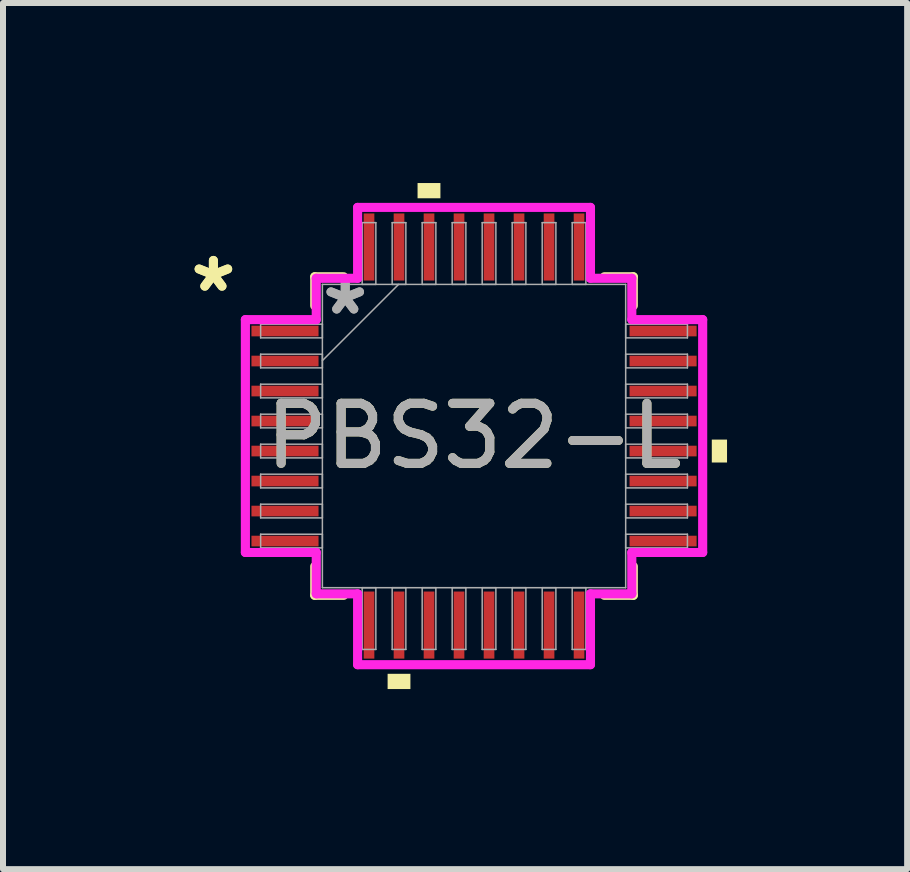
<source format=kicad_pcb>
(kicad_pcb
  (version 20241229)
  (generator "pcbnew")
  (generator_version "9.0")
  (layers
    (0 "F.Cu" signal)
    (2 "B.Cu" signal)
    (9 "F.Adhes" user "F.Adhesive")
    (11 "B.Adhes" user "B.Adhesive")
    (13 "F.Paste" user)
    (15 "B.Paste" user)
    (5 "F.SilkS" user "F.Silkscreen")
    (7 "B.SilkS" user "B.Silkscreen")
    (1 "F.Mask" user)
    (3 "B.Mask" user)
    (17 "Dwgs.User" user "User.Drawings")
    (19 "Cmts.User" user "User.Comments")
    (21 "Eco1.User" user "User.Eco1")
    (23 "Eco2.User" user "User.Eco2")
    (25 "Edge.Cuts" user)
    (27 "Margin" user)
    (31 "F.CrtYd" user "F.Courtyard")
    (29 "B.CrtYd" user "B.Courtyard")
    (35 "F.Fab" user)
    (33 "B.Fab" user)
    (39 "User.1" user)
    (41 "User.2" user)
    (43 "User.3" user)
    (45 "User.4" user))
  (footprint "PBS32-L"
    (layer "F.Cu")
    (at 4.849 4.216)
    (property "Reference" "PBS32-L" (at 0 0 0) (unlocked yes) (layer "F.SilkS") (effects (font (size 1 1) (thickness 0.15))))
    (attr smd)
    (fp_line (start -2.654 -2.654) (end -2.654 -2.172) (stroke (width 0.152) (type solid)) (layer "F.SilkS"))
    (fp_line (start -2.654 2.172) (end -2.654 2.654) (stroke (width 0.152) (type solid)) (layer "F.SilkS"))
    (fp_line (start -2.654 2.654) (end -2.172 2.654) (stroke (width 0.152) (type solid)) (layer "F.SilkS"))
    (fp_line (start -2.172 -2.654) (end -2.654 -2.654) (stroke (width 0.152) (type solid)) (layer "F.SilkS"))
    (fp_line (start 2.172 2.654) (end 2.654 2.654) (stroke (width 0.152) (type solid)) (layer "F.SilkS"))
    (fp_line (start 2.654 -2.654) (end 2.172 -2.654) (stroke (width 0.152) (type solid)) (layer "F.SilkS"))
    (fp_line (start 2.654 -2.172) (end 2.654 -2.654) (stroke (width 0.152) (type solid)) (layer "F.SilkS"))
    (fp_line (start 2.654 2.654) (end 2.654 2.172) (stroke (width 0.152) (type solid)) (layer "F.SilkS"))
    (fp_poly (pts (xy -1.44 3.962) (xy -1.44 4.216) (xy -1.06 4.216) (xy -1.06 3.962)) (stroke (width 0) (type solid)) (fill yes) (layer "F.SilkS"))
    (fp_poly (pts (xy -0.941 -3.962) (xy -0.941 -4.216) (xy -0.56 -4.216) (xy -0.56 -3.962)) (stroke (width 0) (type solid)) (fill yes) (layer "F.SilkS"))
    (fp_poly (pts (xy 4.216 0.059) (xy 4.216 0.441) (xy 3.962 0.441) (xy 3.962 0.059)) (stroke (width 0) (type solid)) (fill yes) (layer "F.SilkS"))
    (fp_line (start -3.81 -1.94) (end -2.629 -1.94) (stroke (width 0.152) (type solid)) (layer "F.CrtYd"))
    (fp_line (start -3.81 1.94) (end -3.81 -1.94) (stroke (width 0.152) (type solid)) (layer "F.CrtYd"))
    (fp_line (start -2.629 -2.629) (end -1.94 -2.629) (stroke (width 0.152) (type solid)) (layer "F.CrtYd"))
    (fp_line (start -2.629 -1.94) (end -2.629 -2.629) (stroke (width 0.152) (type solid)) (layer "F.CrtYd"))
    (fp_line (start -2.629 1.94) (end -3.81 1.94) (stroke (width 0.152) (type solid)) (layer "F.CrtYd"))
    (fp_line (start -2.629 2.629) (end -2.629 1.94) (stroke (width 0.152) (type solid)) (layer "F.CrtYd"))
    (fp_line (start -2.629 2.629) (end -1.94 2.629) (stroke (width 0.152) (type solid)) (layer "F.CrtYd"))
    (fp_line (start -1.94 -3.81) (end 1.94 -3.81) (stroke (width 0.152) (type solid)) (layer "F.CrtYd"))
    (fp_line (start -1.94 -2.629) (end -1.94 -3.81) (stroke (width 0.152) (type solid)) (layer "F.CrtYd"))
    (fp_line (start -1.94 2.629) (end -1.94 3.81) (stroke (width 0.152) (type solid)) (layer "F.CrtYd"))
    (fp_line (start -1.94 3.81) (end 1.94 3.81) (stroke (width 0.152) (type solid)) (layer "F.CrtYd"))
    (fp_line (start 1.94 -3.81) (end 1.94 -2.629) (stroke (width 0.152) (type solid)) (layer "F.CrtYd"))
    (fp_line (start 1.94 -2.629) (end 2.629 -2.629) (stroke (width 0.152) (type solid)) (layer "F.CrtYd"))
    (fp_line (start 1.94 2.629) (end 2.629 2.629) (stroke (width 0.152) (type solid)) (layer "F.CrtYd"))
    (fp_line (start 1.94 3.81) (end 1.94 2.629) (stroke (width 0.152) (type solid)) (layer "F.CrtYd"))
    (fp_line (start 2.629 -1.94) (end 2.629 -2.629) (stroke (width 0.152) (type solid)) (layer "F.CrtYd"))
    (fp_line (start 2.629 1.94) (end 3.81 1.94) (stroke (width 0.152) (type solid)) (layer "F.CrtYd"))
    (fp_line (start 2.629 2.629) (end 2.629 1.94) (stroke (width 0.152) (type solid)) (layer "F.CrtYd"))
    (fp_line (start 3.81 -1.94) (end 2.629 -1.94) (stroke (width 0.152) (type solid)) (layer "F.CrtYd"))
    (fp_line (start 3.81 1.94) (end 3.81 -1.94) (stroke (width 0.152) (type solid)) (layer "F.CrtYd"))
    (fp_line (start -3.556 -1.864) (end -3.556 -1.636) (stroke (width 0.025) (type solid)) (layer "F.Fab"))
    (fp_line (start -3.556 -1.636) (end -2.527 -1.636) (stroke (width 0.025) (type solid)) (layer "F.Fab"))
    (fp_line (start -3.556 -1.364) (end -3.556 -1.136) (stroke (width 0.025) (type solid)) (layer "F.Fab"))
    (fp_line (start -3.556 -1.136) (end -2.527 -1.136) (stroke (width 0.025) (type solid)) (layer "F.Fab"))
    (fp_line (start -3.556 -0.864) (end -3.556 -0.636) (stroke (width 0.025) (type solid)) (layer "F.Fab"))
    (fp_line (start -3.556 -0.636) (end -2.527 -0.636) (stroke (width 0.025) (type solid)) (layer "F.Fab"))
    (fp_line (start -3.556 -0.364) (end -3.556 -0.136) (stroke (width 0.025) (type solid)) (layer "F.Fab"))
    (fp_line (start -3.556 -0.136) (end -2.527 -0.136) (stroke (width 0.025) (type solid)) (layer "F.Fab"))
    (fp_line (start -3.556 0.136) (end -3.556 0.364) (stroke (width 0.025) (type solid)) (layer "F.Fab"))
    (fp_line (start -3.556 0.364) (end -2.527 0.364) (stroke (width 0.025) (type solid)) (layer "F.Fab"))
    (fp_line (start -3.556 0.636) (end -3.556 0.864) (stroke (width 0.025) (type solid)) (layer "F.Fab"))
    (fp_line (start -3.556 0.864) (end -2.527 0.864) (stroke (width 0.025) (type solid)) (layer "F.Fab"))
    (fp_line (start -3.556 1.136) (end -3.556 1.364) (stroke (width 0.025) (type solid)) (layer "F.Fab"))
    (fp_line (start -3.556 1.364) (end -2.527 1.364) (stroke (width 0.025) (type solid)) (layer "F.Fab"))
    (fp_line (start -3.556 1.636) (end -3.556 1.864) (stroke (width 0.025) (type solid)) (layer "F.Fab"))
    (fp_line (start -3.556 1.864) (end -2.527 1.864) (stroke (width 0.025) (type solid)) (layer "F.Fab"))
    (fp_line (start -2.527 -2.527) (end -2.527 2.527) (stroke (width 0.025) (type solid)) (layer "F.Fab"))
    (fp_line (start -2.527 -1.864) (end -3.556 -1.864) (stroke (width 0.025) (type solid)) (layer "F.Fab"))
    (fp_line (start -2.527 -1.636) (end -2.527 -1.864) (stroke (width 0.025) (type solid)) (layer "F.Fab"))
    (fp_line (start -2.527 -1.364) (end -3.556 -1.364) (stroke (width 0.025) (type solid)) (layer "F.Fab"))
    (fp_line (start -2.527 -1.257) (end -1.257 -2.527) (stroke (width 0.025) (type solid)) (layer "F.Fab"))
    (fp_line (start -2.527 -1.136) (end -2.527 -1.364) (stroke (width 0.025) (type solid)) (layer "F.Fab"))
    (fp_line (start -2.527 -0.864) (end -3.556 -0.864) (stroke (width 0.025) (type solid)) (layer "F.Fab"))
    (fp_line (start -2.527 -0.636) (end -2.527 -0.864) (stroke (width 0.025) (type solid)) (layer "F.Fab"))
    (fp_line (start -2.527 -0.364) (end -3.556 -0.364) (stroke (width 0.025) (type solid)) (layer "F.Fab"))
    (fp_line (start -2.527 -0.136) (end -2.527 -0.364) (stroke (width 0.025) (type solid)) (layer "F.Fab"))
    (fp_line (start -2.527 0.136) (end -3.556 0.136) (stroke (width 0.025) (type solid)) (layer "F.Fab"))
    (fp_line (start -2.527 0.364) (end -2.527 0.136) (stroke (width 0.025) (type solid)) (layer "F.Fab"))
    (fp_line (start -2.527 0.636) (end -3.556 0.636) (stroke (width 0.025) (type solid)) (layer "F.Fab"))
    (fp_line (start -2.527 0.864) (end -2.527 0.636) (stroke (width 0.025) (type solid)) (layer "F.Fab"))
    (fp_line (start -2.527 1.136) (end -3.556 1.136) (stroke (width 0.025) (type solid)) (layer "F.Fab"))
    (fp_line (start -2.527 1.364) (end -2.527 1.136) (stroke (width 0.025) (type solid)) (layer "F.Fab"))
    (fp_line (start -2.527 1.636) (end -3.556 1.636) (stroke (width 0.025) (type solid)) (layer "F.Fab"))
    (fp_line (start -2.527 1.864) (end -2.527 1.636) (stroke (width 0.025) (type solid)) (layer "F.Fab"))
    (fp_line (start -2.527 2.527) (end 2.527 2.527) (stroke (width 0.025) (type solid)) (layer "F.Fab"))
    (fp_line (start -1.864 -3.556) (end -1.864 -2.527) (stroke (width 0.025) (type solid)) (layer "F.Fab"))
    (fp_line (start -1.864 -2.527) (end -1.636 -2.527) (stroke (width 0.025) (type solid)) (layer "F.Fab"))
    (fp_line (start -1.864 2.527) (end -1.864 3.556) (stroke (width 0.025) (type solid)) (layer "F.Fab"))
    (fp_line (start -1.864 3.556) (end -1.636 3.556) (stroke (width 0.025) (type solid)) (layer "F.Fab"))
    (fp_line (start -1.636 -3.556) (end -1.864 -3.556) (stroke (width 0.025) (type solid)) (layer "F.Fab"))
    (fp_line (start -1.636 -2.527) (end -1.636 -3.556) (stroke (width 0.025) (type solid)) (layer "F.Fab"))
    (fp_line (start -1.636 2.527) (end -1.864 2.527) (stroke (width 0.025) (type solid)) (layer "F.Fab"))
    (fp_line (start -1.636 3.556) (end -1.636 2.527) (stroke (width 0.025) (type solid)) (layer "F.Fab"))
    (fp_line (start -1.364 -3.556) (end -1.364 -2.527) (stroke (width 0.025) (type solid)) (layer "F.Fab"))
    (fp_line (start -1.364 -2.527) (end -1.136 -2.527) (stroke (width 0.025) (type solid)) (layer "F.Fab"))
    (fp_line (start -1.364 2.527) (end -1.364 3.556) (stroke (width 0.025) (type solid)) (layer "F.Fab"))
    (fp_line (start -1.364 3.556) (end -1.136 3.556) (stroke (width 0.025) (type solid)) (layer "F.Fab"))
    (fp_line (start -1.136 -3.556) (end -1.364 -3.556) (stroke (width 0.025) (type solid)) (layer "F.Fab"))
    (fp_line (start -1.136 -2.527) (end -1.136 -3.556) (stroke (width 0.025) (type solid)) (layer "F.Fab"))
    (fp_line (start -1.136 2.527) (end -1.364 2.527) (stroke (width 0.025) (type solid)) (layer "F.Fab"))
    (fp_line (start -1.136 3.556) (end -1.136 2.527) (stroke (width 0.025) (type solid)) (layer "F.Fab"))
    (fp_line (start -0.864 -3.556) (end -0.864 -2.527) (stroke (width 0.025) (type solid)) (layer "F.Fab"))
    (fp_line (start -0.864 -2.527) (end -0.636 -2.527) (stroke (width 0.025) (type solid)) (layer "F.Fab"))
    (fp_line (start -0.864 2.527) (end -0.864 3.556) (stroke (width 0.025) (type solid)) (layer "F.Fab"))
    (fp_line (start -0.864 3.556) (end -0.636 3.556) (stroke (width 0.025) (type solid)) (layer "F.Fab"))
    (fp_line (start -0.636 -3.556) (end -0.864 -3.556) (stroke (width 0.025) (type solid)) (layer "F.Fab"))
    (fp_line (start -0.636 -2.527) (end -0.636 -3.556) (stroke (width 0.025) (type solid)) (layer "F.Fab"))
    (fp_line (start -0.636 2.527) (end -0.864 2.527) (stroke (width 0.025) (type solid)) (layer "F.Fab"))
    (fp_line (start -0.636 3.556) (end -0.636 2.527) (stroke (width 0.025) (type solid)) (layer "F.Fab"))
    (fp_line (start -0.364 -3.556) (end -0.364 -2.527) (stroke (width 0.025) (type solid)) (layer "F.Fab"))
    (fp_line (start -0.364 -2.527) (end -0.136 -2.527) (stroke (width 0.025) (type solid)) (layer "F.Fab"))
    (fp_line (start -0.364 2.527) (end -0.364 3.556) (stroke (width 0.025) (type solid)) (layer "F.Fab"))
    (fp_line (start -0.364 3.556) (end -0.136 3.556) (stroke (width 0.025) (type solid)) (layer "F.Fab"))
    (fp_line (start -0.136 -3.556) (end -0.364 -3.556) (stroke (width 0.025) (type solid)) (layer "F.Fab"))
    (fp_line (start -0.136 -2.527) (end -0.136 -3.556) (stroke (width 0.025) (type solid)) (layer "F.Fab"))
    (fp_line (start -0.136 2.527) (end -0.364 2.527) (stroke (width 0.025) (type solid)) (layer "F.Fab"))
    (fp_line (start -0.136 3.556) (end -0.136 2.527) (stroke (width 0.025) (type solid)) (layer "F.Fab"))
    (fp_line (start 0.136 -3.556) (end 0.136 -2.527) (stroke (width 0.025) (type solid)) (layer "F.Fab"))
    (fp_line (start 0.136 -2.527) (end 0.364 -2.527) (stroke (width 0.025) (type solid)) (layer "F.Fab"))
    (fp_line (start 0.136 2.527) (end 0.136 3.556) (stroke (width 0.025) (type solid)) (layer "F.Fab"))
    (fp_line (start 0.136 3.556) (end 0.364 3.556) (stroke (width 0.025) (type solid)) (layer "F.Fab"))
    (fp_line (start 0.364 -3.556) (end 0.136 -3.556) (stroke (width 0.025) (type solid)) (layer "F.Fab"))
    (fp_line (start 0.364 -2.527) (end 0.364 -3.556) (stroke (width 0.025) (type solid)) (layer "F.Fab"))
    (fp_line (start 0.364 2.527) (end 0.136 2.527) (stroke (width 0.025) (type solid)) (layer "F.Fab"))
    (fp_line (start 0.364 3.556) (end 0.364 2.527) (stroke (width 0.025) (type solid)) (layer "F.Fab"))
    (fp_line (start 0.636 -3.556) (end 0.636 -2.527) (stroke (width 0.025) (type solid)) (layer "F.Fab"))
    (fp_line (start 0.636 -2.527) (end 0.864 -2.527) (stroke (width 0.025) (type solid)) (layer "F.Fab"))
    (fp_line (start 0.636 2.527) (end 0.636 3.556) (stroke (width 0.025) (type solid)) (layer "F.Fab"))
    (fp_line (start 0.636 3.556) (end 0.864 3.556) (stroke (width 0.025) (type solid)) (layer "F.Fab"))
    (fp_line (start 0.864 -3.556) (end 0.636 -3.556) (stroke (width 0.025) (type solid)) (layer "F.Fab"))
    (fp_line (start 0.864 -2.527) (end 0.864 -3.556) (stroke (width 0.025) (type solid)) (layer "F.Fab"))
    (fp_line (start 0.864 2.527) (end 0.636 2.527) (stroke (width 0.025) (type solid)) (layer "F.Fab"))
    (fp_line (start 0.864 3.556) (end 0.864 2.527) (stroke (width 0.025) (type solid)) (layer "F.Fab"))
    (fp_line (start 1.136 -3.556) (end 1.136 -2.527) (stroke (width 0.025) (type solid)) (layer "F.Fab"))
    (fp_line (start 1.136 -2.527) (end 1.364 -2.527) (stroke (width 0.025) (type solid)) (layer "F.Fab"))
    (fp_line (start 1.136 2.527) (end 1.136 3.556) (stroke (width 0.025) (type solid)) (layer "F.Fab"))
    (fp_line (start 1.136 3.556) (end 1.364 3.556) (stroke (width 0.025) (type solid)) (layer "F.Fab"))
    (fp_line (start 1.364 -3.556) (end 1.136 -3.556) (stroke (width 0.025) (type solid)) (layer "F.Fab"))
    (fp_line (start 1.364 -2.527) (end 1.364 -3.556) (stroke (width 0.025) (type solid)) (layer "F.Fab"))
    (fp_line (start 1.364 2.527) (end 1.136 2.527) (stroke (width 0.025) (type solid)) (layer "F.Fab"))
    (fp_line (start 1.364 3.556) (end 1.364 2.527) (stroke (width 0.025) (type solid)) (layer "F.Fab"))
    (fp_line (start 1.636 -3.556) (end 1.636 -2.527) (stroke (width 0.025) (type solid)) (layer "F.Fab"))
    (fp_line (start 1.636 -2.527) (end 1.864 -2.527) (stroke (width 0.025) (type solid)) (layer "F.Fab"))
    (fp_line (start 1.636 2.527) (end 1.636 3.556) (stroke (width 0.025) (type solid)) (layer "F.Fab"))
    (fp_line (start 1.636 3.556) (end 1.864 3.556) (stroke (width 0.025) (type solid)) (layer "F.Fab"))
    (fp_line (start 1.864 -3.556) (end 1.636 -3.556) (stroke (width 0.025) (type solid)) (layer "F.Fab"))
    (fp_line (start 1.864 -2.527) (end 1.864 -3.556) (stroke (width 0.025) (type solid)) (layer "F.Fab"))
    (fp_line (start 1.864 2.527) (end 1.636 2.527) (stroke (width 0.025) (type solid)) (layer "F.Fab"))
    (fp_line (start 1.864 3.556) (end 1.864 2.527) (stroke (width 0.025) (type solid)) (layer "F.Fab"))
    (fp_line (start 2.527 -2.527) (end -2.527 -2.527) (stroke (width 0.025) (type solid)) (layer "F.Fab"))
    (fp_line (start 2.527 -1.864) (end 2.527 -1.636) (stroke (width 0.025) (type solid)) (layer "F.Fab"))
    (fp_line (start 2.527 -1.636) (end 3.556 -1.636) (stroke (width 0.025) (type solid)) (layer "F.Fab"))
    (fp_line (start 2.527 -1.364) (end 2.527 -1.136) (stroke (width 0.025) (type solid)) (layer "F.Fab"))
    (fp_line (start 2.527 -1.136) (end 3.556 -1.136) (stroke (width 0.025) (type solid)) (layer "F.Fab"))
    (fp_line (start 2.527 -0.864) (end 2.527 -0.636) (stroke (width 0.025) (type solid)) (layer "F.Fab"))
    (fp_line (start 2.527 -0.636) (end 3.556 -0.636) (stroke (width 0.025) (type solid)) (layer "F.Fab"))
    (fp_line (start 2.527 -0.364) (end 2.527 -0.136) (stroke (width 0.025) (type solid)) (layer "F.Fab"))
    (fp_line (start 2.527 -0.136) (end 3.556 -0.136) (stroke (width 0.025) (type solid)) (layer "F.Fab"))
    (fp_line (start 2.527 0.136) (end 2.527 0.364) (stroke (width 0.025) (type solid)) (layer "F.Fab"))
    (fp_line (start 2.527 0.364) (end 3.556 0.364) (stroke (width 0.025) (type solid)) (layer "F.Fab"))
    (fp_line (start 2.527 0.636) (end 2.527 0.864) (stroke (width 0.025) (type solid)) (layer "F.Fab"))
    (fp_line (start 2.527 0.864) (end 3.556 0.864) (stroke (width 0.025) (type solid)) (layer "F.Fab"))
    (fp_line (start 2.527 1.136) (end 2.527 1.364) (stroke (width 0.025) (type solid)) (layer "F.Fab"))
    (fp_line (start 2.527 1.364) (end 3.556 1.364) (stroke (width 0.025) (type solid)) (layer "F.Fab"))
    (fp_line (start 2.527 1.636) (end 2.527 1.864) (stroke (width 0.025) (type solid)) (layer "F.Fab"))
    (fp_line (start 2.527 1.864) (end 3.556 1.864) (stroke (width 0.025) (type solid)) (layer "F.Fab"))
    (fp_line (start 2.527 2.527) (end 2.527 -2.527) (stroke (width 0.025) (type solid)) (layer "F.Fab"))
    (fp_line (start 3.556 -1.864) (end 2.527 -1.864) (stroke (width 0.025) (type solid)) (layer "F.Fab"))
    (fp_line (start 3.556 -1.636) (end 3.556 -1.864) (stroke (width 0.025) (type solid)) (layer "F.Fab"))
    (fp_line (start 3.556 -1.364) (end 2.527 -1.364) (stroke (width 0.025) (type solid)) (layer "F.Fab"))
    (fp_line (start 3.556 -1.136) (end 3.556 -1.364) (stroke (width 0.025) (type solid)) (layer "F.Fab"))
    (fp_line (start 3.556 -0.864) (end 2.527 -0.864) (stroke (width 0.025) (type solid)) (layer "F.Fab"))
    (fp_line (start 3.556 -0.636) (end 3.556 -0.864) (stroke (width 0.025) (type solid)) (layer "F.Fab"))
    (fp_line (start 3.556 -0.364) (end 2.527 -0.364) (stroke (width 0.025) (type solid)) (layer "F.Fab"))
    (fp_line (start 3.556 -0.136) (end 3.556 -0.364) (stroke (width 0.025) (type solid)) (layer "F.Fab"))
    (fp_line (start 3.556 0.136) (end 2.527 0.136) (stroke (width 0.025) (type solid)) (layer "F.Fab"))
    (fp_line (start 3.556 0.364) (end 3.556 0.136) (stroke (width 0.025) (type solid)) (layer "F.Fab"))
    (fp_line (start 3.556 0.636) (end 2.527 0.636) (stroke (width 0.025) (type solid)) (layer "F.Fab"))
    (fp_line (start 3.556 0.864) (end 3.556 0.636) (stroke (width 0.025) (type solid)) (layer "F.Fab"))
    (fp_line (start 3.556 1.136) (end 2.527 1.136) (stroke (width 0.025) (type solid)) (layer "F.Fab"))
    (fp_line (start 3.556 1.364) (end 3.556 1.136) (stroke (width 0.025) (type solid)) (layer "F.Fab"))
    (fp_line (start 3.556 1.636) (end 2.527 1.636) (stroke (width 0.025) (type solid)) (layer "F.Fab"))
    (fp_line (start 3.556 1.864) (end 3.556 1.636) (stroke (width 0.025) (type solid)) (layer "F.Fab"))
    (fp_text user "*" (at -4.343 -2.381 0) (unlocked yes) (layer "F.SilkS") (effects (font (size 1 1) (thickness 0.15))))
    (fp_text user "*" (at -4.343 -2.381 0) (layer "F.SilkS") (effects (font (size 1 1) (thickness 0.15))))
    (fp_text user "*" (at -2.146 -2 0) (unlocked yes) (layer "F.Fab") (effects (font (size 1 1) (thickness 0.15))))
    (fp_text user "*" (at -2.146 -2 0) (layer "F.Fab") (effects (font (size 1 1) (thickness 0.15))))
    (fp_text user "${REFERENCE}" (at 0 0 0) (unlocked yes) (layer "F.Fab") (effects (font (size 1 1) (thickness 0.15))))
    (pad "1" smd rect (at -3.15 -1.75 90) (size 0.178 1.118) (layers "F.Cu" "F.Mask" "F.Paste"))
    (pad "2" smd rect (at -3.15 -1.25 90) (size 0.178 1.118) (layers "F.Cu" "F.Mask" "F.Paste"))
    (pad "3" smd rect (at -3.15 -0.75 90) (size 0.178 1.118) (layers "F.Cu" "F.Mask" "F.Paste"))
    (pad "4" smd rect (at -3.15 -0.25 90) (size 0.178 1.118) (layers "F.Cu" "F.Mask" "F.Paste"))
    (pad "5" smd rect (at -3.15 0.25 90) (size 0.178 1.118) (layers "F.Cu" "F.Mask" "F.Paste"))
    (pad "6" smd rect (at -3.15 0.75 90) (size 0.178 1.118) (layers "F.Cu" "F.Mask" "F.Paste"))
    (pad "7" smd rect (at -3.15 1.25 90) (size 0.178 1.118) (layers "F.Cu" "F.Mask" "F.Paste"))
    (pad "8" smd rect (at -3.15 1.75 90) (size 0.178 1.118) (layers "F.Cu" "F.Mask" "F.Paste"))
    (pad "9" smd rect (at -1.75 3.15) (size 0.178 1.118) (layers "F.Cu" "F.Mask" "F.Paste"))
    (pad "10" smd rect (at -1.25 3.15) (size 0.178 1.118) (layers "F.Cu" "F.Mask" "F.Paste"))
    (pad "11" smd rect (at -0.75 3.15) (size 0.178 1.118) (layers "F.Cu" "F.Mask" "F.Paste"))
    (pad "12" smd rect (at -0.25 3.15) (size 0.178 1.118) (layers "F.Cu" "F.Mask" "F.Paste"))
    (pad "13" smd rect (at 0.25 3.15) (size 0.178 1.118) (layers "F.Cu" "F.Mask" "F.Paste"))
    (pad "14" smd rect (at 0.75 3.15) (size 0.178 1.118) (layers "F.Cu" "F.Mask" "F.Paste"))
    (pad "15" smd rect (at 1.25 3.15) (size 0.178 1.118) (layers "F.Cu" "F.Mask" "F.Paste"))
    (pad "16" smd rect (at 1.75 3.15) (size 0.178 1.118) (layers "F.Cu" "F.Mask" "F.Paste"))
    (pad "17" smd rect (at 3.15 1.75 90) (size 0.178 1.118) (layers "F.Cu" "F.Mask" "F.Paste"))
    (pad "18" smd rect (at 3.15 1.25 90) (size 0.178 1.118) (layers "F.Cu" "F.Mask" "F.Paste"))
    (pad "19" smd rect (at 3.15 0.75 90) (size 0.178 1.118) (layers "F.Cu" "F.Mask" "F.Paste"))
    (pad "20" smd rect (at 3.15 0.25 90) (size 0.178 1.118) (layers "F.Cu" "F.Mask" "F.Paste"))
    (pad "21" smd rect (at 3.15 -0.25 90) (size 0.178 1.118) (layers "F.Cu" "F.Mask" "F.Paste"))
    (pad "22" smd rect (at 3.15 -0.75 90) (size 0.178 1.118) (layers "F.Cu" "F.Mask" "F.Paste"))
    (pad "23" smd rect (at 3.15 -1.25 90) (size 0.178 1.118) (layers "F.Cu" "F.Mask" "F.Paste"))
    (pad "24" smd rect (at 3.15 -1.75 90) (size 0.178 1.118) (layers "F.Cu" "F.Mask" "F.Paste"))
    (pad "25" smd rect (at 1.75 -3.15) (size 0.178 1.118) (layers "F.Cu" "F.Mask" "F.Paste"))
    (pad "26" smd rect (at 1.25 -3.15) (size 0.178 1.118) (layers "F.Cu" "F.Mask" "F.Paste"))
    (pad "27" smd rect (at 0.75 -3.15) (size 0.178 1.118) (layers "F.Cu" "F.Mask" "F.Paste"))
    (pad "28" smd rect (at 0.25 -3.15) (size 0.178 1.118) (layers "F.Cu" "F.Mask" "F.Paste"))
    (pad "29" smd rect (at -0.25 -3.15) (size 0.178 1.118) (layers "F.Cu" "F.Mask" "F.Paste"))
    (pad "30" smd rect (at -0.75 -3.15) (size 0.178 1.118) (layers "F.Cu" "F.Mask" "F.Paste"))
    (pad "31" smd rect (at -1.25 -3.15) (size 0.178 1.118) (layers "F.Cu" "F.Mask" "F.Paste"))
    (pad "32" smd rect (at -1.75 -3.15) (size 0.178 1.118) (layers "F.Cu" "F.Mask" "F.Paste")))
  (gr_rect
    (start -3 -3)
    (end 12.066 11.433)
    (stroke (width 0.1) (type default))
    (fill no)
    (layer "Edge.Cuts")))
</source>
